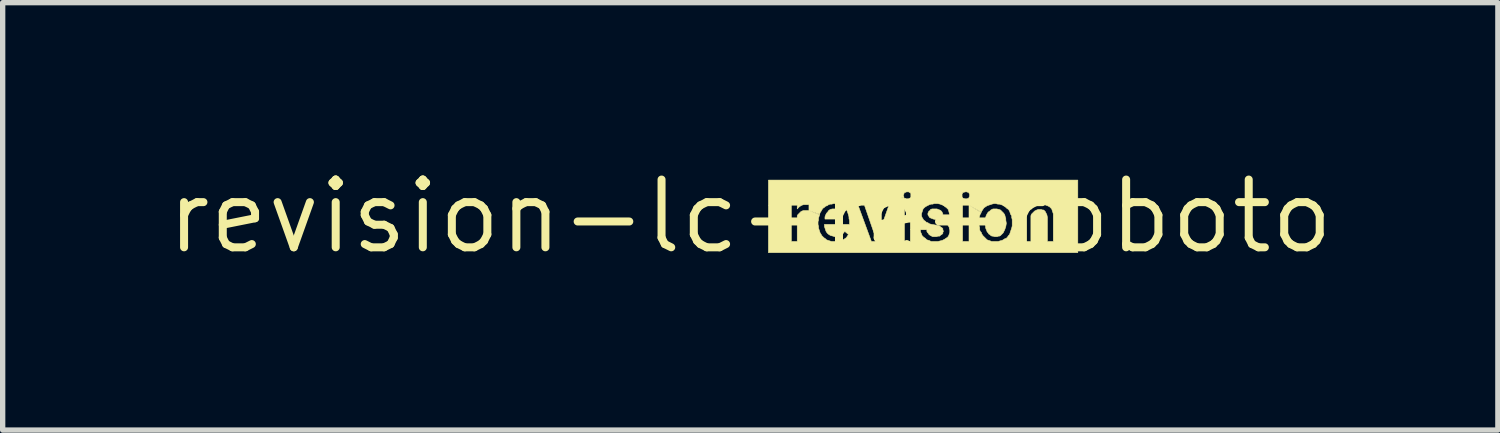
<source format=kicad_pcb>
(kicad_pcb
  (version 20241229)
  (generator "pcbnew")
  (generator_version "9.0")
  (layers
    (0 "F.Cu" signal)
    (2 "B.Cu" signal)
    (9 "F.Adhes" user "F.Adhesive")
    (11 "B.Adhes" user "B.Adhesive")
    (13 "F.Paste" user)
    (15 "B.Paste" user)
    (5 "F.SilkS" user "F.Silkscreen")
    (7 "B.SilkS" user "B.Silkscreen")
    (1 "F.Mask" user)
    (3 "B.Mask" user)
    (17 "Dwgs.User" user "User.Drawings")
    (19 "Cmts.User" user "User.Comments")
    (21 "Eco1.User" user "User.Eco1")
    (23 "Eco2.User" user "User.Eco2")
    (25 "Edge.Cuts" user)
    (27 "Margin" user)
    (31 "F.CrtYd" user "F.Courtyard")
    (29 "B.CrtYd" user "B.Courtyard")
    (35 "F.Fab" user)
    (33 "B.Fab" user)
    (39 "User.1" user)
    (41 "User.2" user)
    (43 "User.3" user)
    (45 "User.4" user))
  (footprint "revision-lc-re-roboto"
    (layer "F.Cu")
    (at 11.014 1.006)
    (property "Reference" "revision-lc-re-roboto" (at 0 0 0) (layer "F.SilkS") (effects (font (size 1.27 1.27) (thickness 0.15))))
    (attr board_only exclude_from_pos_files exclude_from_bom)
    (fp_poly (pts (xy 1.57 -0.14) (xy 1.54 -0.14) (xy 1.5 -0.13) (xy 1.47 -0.11) (xy 1.45 -0.08) (xy 1.43 -0.06) (xy 1.41 -0.02) (xy 1.4 0.01) (xy 1.4 0.05) (xy 1.73 0.05) (xy 1.73 0.01) (xy 1.72 -0.03) (xy 1.71 -0.06) (xy 1.69 -0.09) (xy 1.67 -0.11) (xy 1.64 -0.13) (xy 1.61 -0.14) (xy 1.57 -0.14)) (stroke (width 0.01) (type solid)) (fill yes) (layer "F.SilkS"))
    (fp_poly (pts (xy 4.4 0.12) (xy 4.4 0.15) (xy 4.41 0.18) (xy 4.41 0.21) (xy 4.42 0.24) (xy 4.43 0.26) (xy 4.44 0.29) (xy 4.46 0.31) (xy 4.47 0.33) (xy 4.49 0.34) (xy 4.51 0.36) (xy 4.53 0.37) (xy 4.55 0.37) (xy 4.58 0.38) (xy 4.6 0.38) (xy 4.63 0.38) (xy 4.65 0.37) (xy 4.67 0.37) (xy 4.69 0.36) (xy 4.71 0.34) (xy 4.72 0.33) (xy 4.74 0.31) (xy 4.75 0.29) (xy 4.76 0.27) (xy 4.77 0.25) (xy 4.78 0.22) (xy 4.79 0.19) (xy 4.8 0.13) (xy 4.79 0.07) (xy 4.79 0.04) (xy 4.78 0.01) (xy 4.77 -0.03) (xy 4.75 -0.06) (xy 4.72 -0.09) (xy 4.69 -0.12) (xy 4.66 -0.13) (xy 4.62 -0.14) (xy 4.58 -0.14) (xy 4.55 -0.14) (xy 4.51 -0.12) (xy 4.49 -0.1) (xy 4.46 -0.08) (xy 4.44 -0.05) (xy 4.42 -0.01) (xy 4.41 0.03) (xy 4.4 0.07) (xy 4.4 0.12)) (stroke (width 0.01) (type solid)) (fill yes) (layer "F.SilkS"))
    (fp_poly (pts (xy 0.68 -0.68) (xy 0.34 -0.68) (xy 0.34 0.68) (xy 0.77 0.47) (xy 0.77 -0.21) (xy 0.88 -0.21) (xy 0.88 -0.14) (xy 0.9 -0.16) (xy 0.92 -0.18) (xy 0.95 -0.2) (xy 0.97 -0.21) (xy 1 -0.22) (xy 1.03 -0.22) (xy 1.07 -0.22) (xy 1.09 -0.22) (xy 1.1 -0.22) (xy 1.1 -0.11) (xy 1.3 -0.04) (xy 1.31 -0.07) (xy 1.33 -0.1) (xy 1.34 -0.12) (xy 1.36 -0.15) (xy 1.39 -0.17) (xy 1.41 -0.19) (xy 1.44 -0.2) (xy 1.47 -0.22) (xy 1.5 -0.23) (xy 1.53 -0.23) (xy 1.56 -0.24) (xy 1.59 -0.24) (xy 1.63 -0.23) (xy 1.66 -0.23) (xy 1.68 -0.22) (xy 1.71 -0.21) (xy 1.73 -0.19) (xy 1.75 -0.18) (xy 1.77 -0.16) (xy 1.79 -0.14) (xy 1.81 -0.11) (xy 2.02 -0.21) (xy 2.14 -0.21) (xy 2.32 0.31) (xy 2.49 -0.21) (xy 2.6 -0.21) (xy 2.88 -0.37) (xy 2.87 -0.38) (xy 2.87 -0.39) (xy 2.88 -0.42) (xy 2.88 -0.43) (xy 2.89 -0.44) (xy 2.89 -0.45) (xy 2.91 -0.45) (xy 2.93 -0.46) (xy 2.97 -0.46) (xy 2.98 -0.45) (xy 2.99 -0.45) (xy 3 -0.44) (xy 3.01 -0.43) (xy 3.01 -0.42) (xy 3.01 -0.4) (xy 3.01 -0.39) (xy 3.01 -0.37) (xy 3.01 -0.36) (xy 3 -0.35) (xy 2.99 -0.34) (xy 2.98 -0.34) (xy 2.97 -0.33) (xy 3 -0.21) (xy 3.23 -0.11) (xy 3.24 -0.14) (xy 3.27 -0.17) (xy 3.3 -0.19) (xy 3.32 -0.2) (xy 3.34 -0.21) (xy 3.36 -0.22) (xy 3.39 -0.23) (xy 3.42 -0.23) (xy 3.45 -0.24) (xy 3.51 -0.24) (xy 3.56 -0.23) (xy 3.58 -0.22) (xy 3.61 -0.21) (xy 3.63 -0.2) (xy 3.65 -0.18) (xy 3.67 -0.17) (xy 3.69 -0.15) (xy 3.71 -0.13) (xy 3.98 -0.35) (xy 3.97 -0.37) (xy 3.97 -0.38) (xy 3.97 -0.39) (xy 3.97 -0.42) (xy 3.98 -0.43) (xy 3.98 -0.44) (xy 3.99 -0.45) (xy 4 -0.45) (xy 4.03 -0.46) (xy 4.06 -0.46) (xy 4.08 -0.45) (xy 4.09 -0.45) (xy 4.1 -0.44) (xy 4.1 -0.43) (xy 4.11 -0.42) (xy 4.11 -0.4) (xy 4.11 -0.39) (xy 4.11 -0.37) (xy 4.1 -0.36) (xy 4.1 -0.35) (xy 4.09 -0.34) (xy 4.08 -0.34) (xy 4.07 -0.33) (xy 4.1 -0.21) (xy 4.33 -0.08) (xy 4.34 -0.1) (xy 4.36 -0.13) (xy 4.38 -0.16) (xy 4.41 -0.18) (xy 4.44 -0.2) (xy 4.47 -0.21) (xy 4.5 -0.22) (xy 4.53 -0.23) (xy 4.57 -0.24) (xy 4.6 -0.24) (xy 4.64 -0.23) (xy 4.67 -0.23) (xy 4.7 -0.22) (xy 4.73 -0.21) (xy 4.76 -0.19) (xy 4.79 -0.17) (xy 4.81 -0.15) (xy 4.84 -0.13) (xy 4.86 -0.1) (xy 4.87 -0.07) (xy 5.14 -0.21) (xy 5.26 -0.21) (xy 5.26 -0.13) (xy 5.28 -0.15) (xy 5.3 -0.17) (xy 5.32 -0.19) (xy 5.34 -0.2) (xy 5.37 -0.21) (xy 5.4 -0.22) (xy 5.42 -0.22) (xy 5.45 -0.22) (xy 5.49 -0.22) (xy 5.52 -0.22) (xy 5.54 -0.21) (xy 5.57 -0.2) (xy 5.59 -0.19) (xy 5.61 -0.18) (xy 5.63 -0.16) (xy 5.65 -0.14) (xy 5.66 -0.11) (xy 5.67 -0.08) (xy 5.68 -0.05) (xy 5.68 -0.01) (xy 5.68 0.47) (xy 5.57 0.47) (xy 5.57 0.02) (xy 5.56 -0.03) (xy 5.55 -0.05) (xy 5.54 -0.07) (xy 5.53 -0.09) (xy 5.52 -0.1) (xy 5.5 -0.12) (xy 5.48 -0.12) (xy 5.45 -0.13) (xy 5.43 -0.13) (xy 5.4 -0.13) (xy 5.37 -0.12) (xy 5.35 -0.11) (xy 5.33 -0.1) (xy 5.31 -0.08) (xy 5.29 -0.06) (xy 5.27 -0.04) (xy 5.26 -0.01) (xy 5.26 0.47) (xy 5.14 0.47) (xy 5.14 -0.21) (xy 4.87 -0.07) (xy 4.88 -0.04) (xy 4.9 -0.01) (xy 4.9 0.02) (xy 4.91 0.06) (xy 4.91 0.1) (xy 4.91 0.14) (xy 4.91 0.18) (xy 4.9 0.22) (xy 4.89 0.25) (xy 4.88 0.28) (xy 4.87 0.31) (xy 4.86 0.34) (xy 4.84 0.36) (xy 4.82 0.39) (xy 4.8 0.41) (xy 4.77 0.42) (xy 4.74 0.44) (xy 4.72 0.45) (xy 4.68 0.46) (xy 4.65 0.47) (xy 4.62 0.47) (xy 4.59 0.47) (xy 4.56 0.47) (xy 4.52 0.47) (xy 4.5 0.46) (xy 4.47 0.45) (xy 4.44 0.44) (xy 4.42 0.42) (xy 4.4 0.4) (xy 4.38 0.38) (xy 4.36 0.36) (xy 4.34 0.33) (xy 4.33 0.3) (xy 4.31 0.28) (xy 4.3 0.25) (xy 4.3 0.21) (xy 4.29 0.18) (xy 4.29 0.15) (xy 4.29 0.11) (xy 4.29 0.07) (xy 4.29 0.03) (xy 4.3 -0.01) (xy 4.31 -0.04) (xy 4.33 -0.07) (xy 4.1 -0.21) (xy 4.1 0.47) (xy 3.98 0.47) (xy 3.98 -0.21) (xy 4.1 -0.21) (xy 4.07 -0.33) (xy 4.05 -0.33) (xy 4.03 -0.33) (xy 4.02 -0.33) (xy 4 -0.34) (xy 3.99 -0.34) (xy 3.98 -0.35) (xy 3.71 -0.13) (xy 3.72 -0.1) (xy 3.73 -0.06) (xy 3.73 -0.03) (xy 3.61 -0.03) (xy 3.61 -0.05) (xy 3.6 -0.07) (xy 3.59 -0.09) (xy 3.57 -0.11) (xy 3.55 -0.12) (xy 3.52 -0.13) (xy 3.5 -0.14) (xy 3.47 -0.14) (xy 3.44 -0.14) (xy 3.41 -0.14) (xy 3.38 -0.13) (xy 3.37 -0.11) (xy 3.35 -0.1) (xy 3.34 -0.08) (xy 3.33 -0.06) (xy 3.33 -0.03) (xy 3.34 -0.01) (xy 3.35 0) (xy 3.36 0.02) (xy 3.38 0.03) (xy 3.43 0.05) (xy 3.53 0.07) (xy 3.59 0.09) (xy 3.64 0.11) (xy 3.68 0.14) (xy 3.69 0.15) (xy 3.71 0.17) (xy 3.72 0.19) (xy 3.73 0.21) (xy 3.73 0.23) (xy 3.74 0.25) (xy 3.74 0.27) (xy 3.74 0.3) (xy 3.73 0.33) (xy 3.72 0.36) (xy 3.7 0.39) (xy 3.67 0.41) (xy 3.64 0.43) (xy 3.6 0.45) (xy 3.56 0.46) (xy 3.52 0.47) (xy 3.47 0.47) (xy 3.43 0.47) (xy 3.39 0.47) (xy 3.35 0.45) (xy 3.31 0.44) (xy 3.28 0.41) (xy 3.25 0.39) (xy 3.22 0.36) (xy 3.21 0.33) (xy 3.2 0.31) (xy 3.19 0.28) (xy 3.19 0.25) (xy 3.31 0.25) (xy 3.31 0.28) (xy 3.32 0.3) (xy 3.34 0.32) (xy 3.35 0.34) (xy 3.38 0.36) (xy 3.4 0.37) (xy 3.42 0.38) (xy 3.45 0.38) (xy 3.49 0.38) (xy 3.52 0.37) (xy 3.55 0.37) (xy 3.57 0.35) (xy 3.59 0.34) (xy 3.61 0.32) (xy 3.61 0.3) (xy 3.62 0.28) (xy 3.61 0.25) (xy 3.61 0.23) (xy 3.59 0.21) (xy 3.57 0.2) (xy 3.55 0.18) (xy 3.52 0.17) (xy 3.4 0.15) (xy 3.36 0.14) (xy 3.33 0.12) (xy 3.3 0.11) (xy 3.28 0.09) (xy 3.25 0.07) (xy 3.24 0.05) (xy 3.22 0.02) (xy 3.21 -0.01) (xy 3.21 -0.05) (xy 3.22 -0.08) (xy 3.23 -0.11) (xy 3 -0.21) (xy 3 0.47) (xy 2.89 0.47) (xy 2.89 -0.21) (xy 3 -0.21) (xy 2.97 -0.33) (xy 2.95 -0.33) (xy 2.94 -0.33) (xy 2.92 -0.33) (xy 2.91 -0.34) (xy 2.89 -0.34) (xy 2.88 -0.35) (xy 2.88 -0.36) (xy 2.6 -0.21) (xy 2.36 0.47) (xy 2.27 0.47) (xy 2.02 -0.21) (xy 1.81 -0.11) (xy 1.82 -0.09) (xy 1.83 -0.06) (xy 1.84 -0.03) (xy 1.85 0.01) (xy 1.85 0.04) (xy 1.86 0.08) (xy 1.86 0.15) (xy 1.39 0.15) (xy 1.39 0.19) (xy 1.4 0.22) (xy 1.41 0.25) (xy 1.42 0.28) (xy 1.44 0.31) (xy 1.46 0.33) (xy 1.49 0.35) (xy 1.51 0.36) (xy 1.55 0.37) (xy 1.58 0.38) (xy 1.62 0.38) (xy 1.66 0.37) (xy 1.69 0.36) (xy 1.72 0.34) (xy 1.75 0.31) (xy 1.77 0.28) (xy 1.84 0.34) (xy 1.82 0.37) (xy 1.8 0.4) (xy 1.77 0.42) (xy 1.74 0.44) (xy 1.7 0.46) (xy 1.67 0.47) (xy 1.63 0.47) (xy 1.59 0.47) (xy 1.58 0.47) (xy 1.55 0.47) (xy 1.52 0.47) (xy 1.49 0.46) (xy 1.46 0.45) (xy 1.43 0.44) (xy 1.41 0.42) (xy 1.38 0.4) (xy 1.36 0.38) (xy 1.34 0.36) (xy 1.33 0.34) (xy 1.31 0.31) (xy 1.3 0.28) (xy 1.29 0.25) (xy 1.28 0.22) (xy 1.28 0.19) (xy 1.27 0.15) (xy 1.27 0.1) (xy 1.28 0.07) (xy 1.28 0.03) (xy 1.29 0) (xy 1.3 -0.03) (xy 1.1 -0.11) (xy 1.07 -0.11) (xy 1.03 -0.11) (xy 1 -0.11) (xy 0.97 -0.1) (xy 0.95 -0.09) (xy 0.93 -0.07) (xy 0.91 -0.05) (xy 0.89 -0.03) (xy 0.88 -0.01) (xy 0.88 0.47) (xy 0.77 0.47) (xy 0.34 0.68) (xy 6.14 0.68) (xy 6.14 -0.68) (xy 0.68 -0.68)) (stroke (width 0.01) (type solid)) (fill yes) (layer "F.SilkS")))
  (gr_rect
    (start -3 -3)
    (end 25.028 5.012)
    (stroke (width 0.1) (type default))
    (fill no)
    (layer "Edge.Cuts")))
</source>
